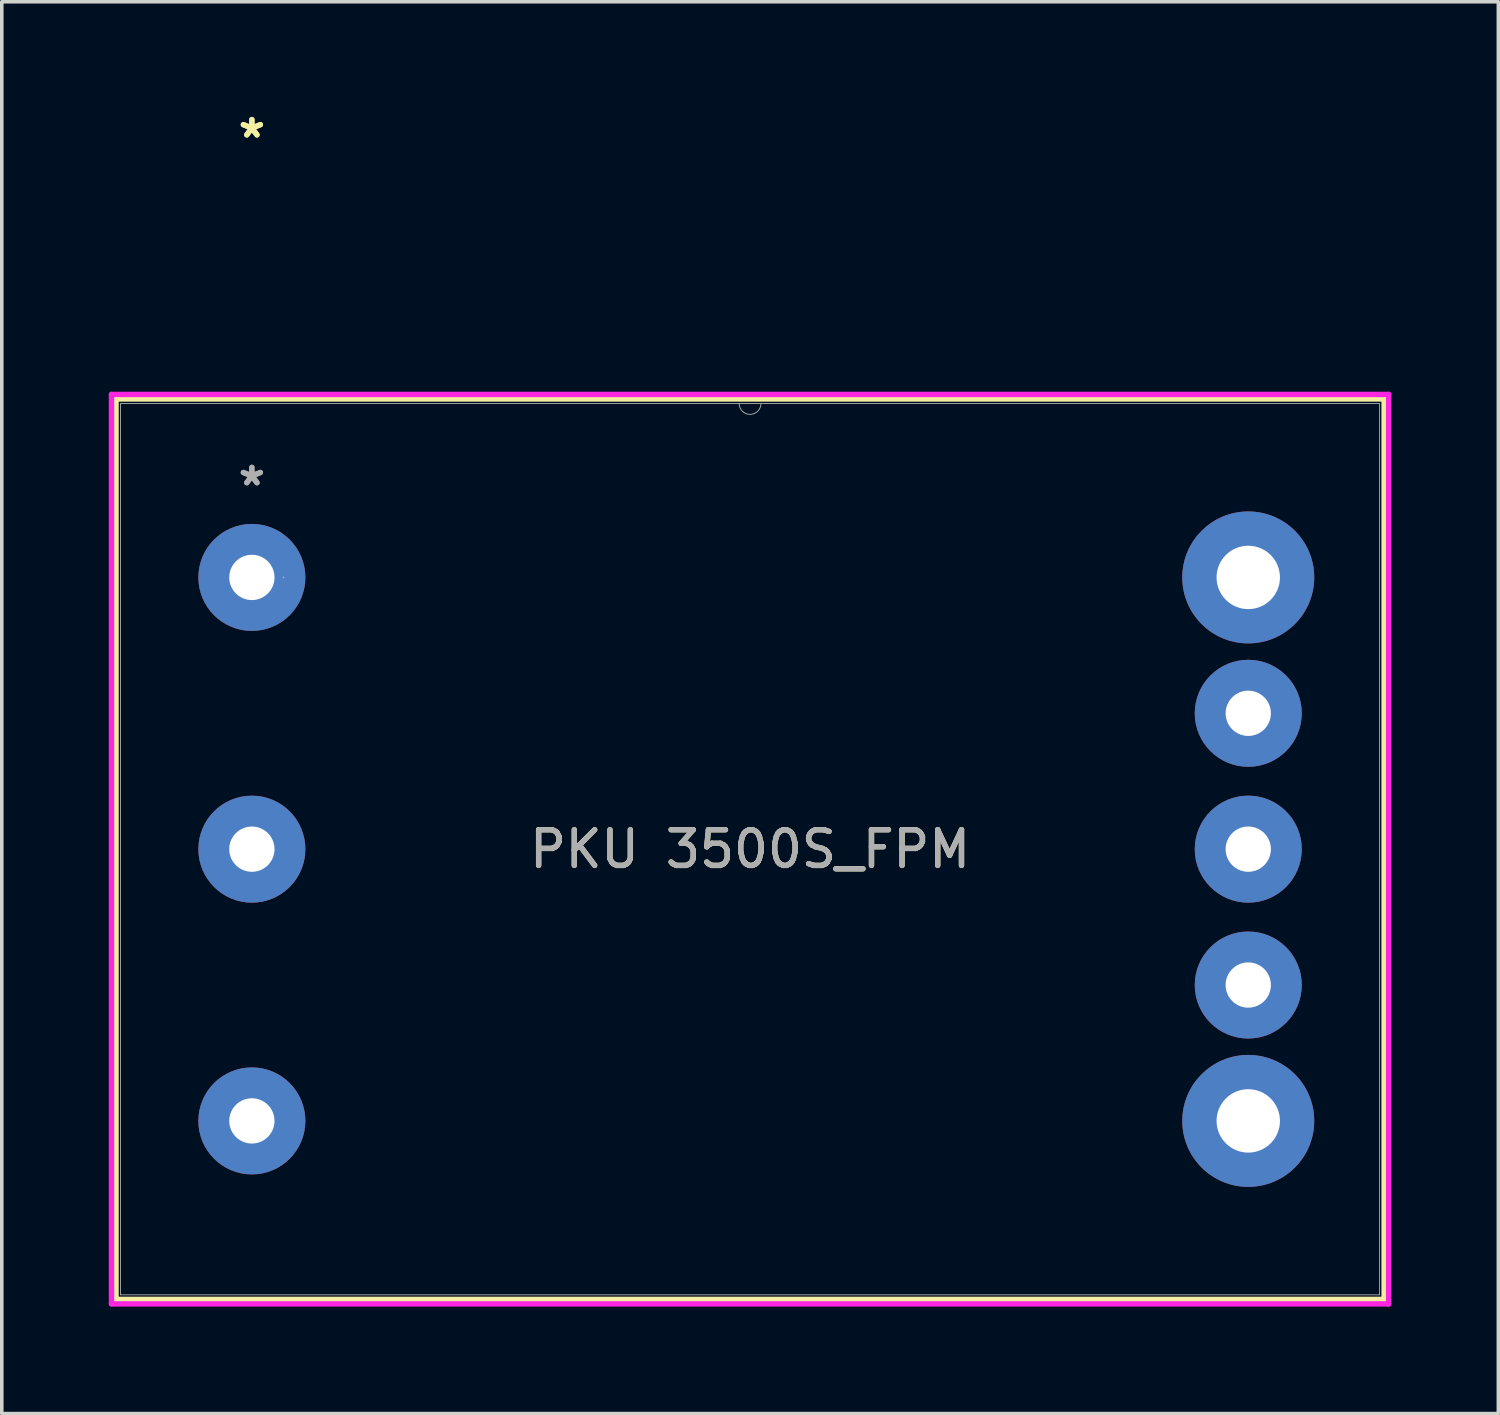
<source format=kicad_pcb>
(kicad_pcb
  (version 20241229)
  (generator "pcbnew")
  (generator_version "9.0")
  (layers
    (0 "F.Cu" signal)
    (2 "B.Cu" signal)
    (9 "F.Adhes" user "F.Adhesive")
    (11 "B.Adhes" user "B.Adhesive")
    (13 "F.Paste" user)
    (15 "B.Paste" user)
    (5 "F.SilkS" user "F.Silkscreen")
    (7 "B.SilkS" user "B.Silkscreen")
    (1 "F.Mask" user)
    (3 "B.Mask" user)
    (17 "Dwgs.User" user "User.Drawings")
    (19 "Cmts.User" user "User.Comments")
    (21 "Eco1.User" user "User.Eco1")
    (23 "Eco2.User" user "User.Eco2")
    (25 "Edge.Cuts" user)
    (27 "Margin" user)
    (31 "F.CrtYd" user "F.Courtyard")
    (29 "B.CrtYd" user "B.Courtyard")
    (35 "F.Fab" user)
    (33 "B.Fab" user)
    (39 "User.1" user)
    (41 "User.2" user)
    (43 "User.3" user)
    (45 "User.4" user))
  (footprint "PKU 3500S_FPM"
    (layer "F.Cu")
    (at 4.013 13.142)
    (property "Reference" "PKU 3500S_FPM" (at 13.97 7.62 0) (unlocked yes) (layer "F.SilkS") (effects (font (size 1 1) (thickness 0.15))))
    (attr through_hole)
    (fp_line (start -3.81 -5.004) (end -3.81 20.244) (stroke (width 0.152) (type solid)) (layer "F.SilkS"))
    (fp_line (start -3.81 20.244) (end 31.75 20.244) (stroke (width 0.152) (type solid)) (layer "F.SilkS"))
    (fp_line (start 31.75 -5.004) (end -3.81 -5.004) (stroke (width 0.152) (type solid)) (layer "F.SilkS"))
    (fp_line (start 31.75 20.244) (end 31.75 -5.004) (stroke (width 0.152) (type solid)) (layer "F.SilkS"))
    (fp_line (start -3.937 -5.131) (end 31.877 -5.131) (stroke (width 0.152) (type solid)) (layer "F.CrtYd"))
    (fp_line (start -3.937 20.371) (end -3.937 -5.131) (stroke (width 0.152) (type solid)) (layer "F.CrtYd"))
    (fp_line (start 31.877 -5.131) (end 31.877 20.371) (stroke (width 0.152) (type solid)) (layer "F.CrtYd"))
    (fp_line (start 31.877 20.371) (end -3.937 20.371) (stroke (width 0.152) (type solid)) (layer "F.CrtYd"))
    (fp_line (start -3.683 -4.877) (end -3.683 20.117) (stroke (width 0.025) (type solid)) (layer "F.Fab"))
    (fp_line (start -3.683 20.117) (end 31.623 20.117) (stroke (width 0.025) (type solid)) (layer "F.Fab"))
    (fp_line (start 31.623 -4.877) (end -3.683 -4.877) (stroke (width 0.025) (type solid)) (layer "F.Fab"))
    (fp_line (start 31.623 20.117) (end 31.623 -4.877) (stroke (width 0.025) (type solid)) (layer "F.Fab"))
    (fp_arc (start 14.2748 -4.8768) (mid 13.97 -4.572) (end 13.6652 -4.8768) (stroke (width 0.0254) (type solid)) (layer "F.Fab"))
    (fp_circle (center 0.889 0) (end 0.889 0) (stroke (width 0.025) (type solid)) (fill no) (layer "F.Fab"))
    (fp_text user "*" (at 0 -12.294 0) (layer "F.SilkS") (effects (font (size 1 1) (thickness 0.15))))
    (fp_text user "*" (at 0 -12.294 0) (unlocked yes) (layer "F.SilkS") (effects (font (size 1 1) (thickness 0.15))))
    (fp_text user "${REFERENCE}" (at 13.97 7.62 0) (unlocked yes) (layer "F.Fab") (effects (font (size 1 1) (thickness 0.15))))
    (fp_text user "*" (at 0 -2.54 0) (unlocked yes) (layer "F.Fab") (effects (font (size 1 1) (thickness 0.15))))
    (fp_text user "*" (at 0 -2.54 0) (layer "F.Fab") (effects (font (size 1 1) (thickness 0.15))))
    (pad "1" thru_hole circle (at 0 0) (size 3 3) (drill 1.27) (layers "*.Cu" "*.Mask"))
    (pad "2" thru_hole circle (at 0 7.62) (size 3 3) (drill 1.27) (layers "*.Cu" "*.Mask"))
    (pad "3" thru_hole circle (at 0 15.24) (size 3 3) (drill 1.27) (layers "*.Cu" "*.Mask"))
    (pad "4" thru_hole circle (at 27.94 15.24) (size 3.7 3.7) (drill 1.778) (layers "*.Cu" "*.Mask"))
    (pad "5" thru_hole circle (at 27.94 11.43) (size 3 3) (drill 1.27) (layers "*.Cu" "*.Mask"))
    (pad "6" thru_hole circle (at 27.94 7.62) (size 3 3) (drill 1.27) (layers "*.Cu" "*.Mask"))
    (pad "7" thru_hole circle (at 27.94 3.81) (size 3 3) (drill 1.27) (layers "*.Cu" "*.Mask"))
    (pad "8" thru_hole circle (at 27.94 0) (size 3.7 3.7) (drill 1.778) (layers "*.Cu" "*.Mask")))
  (gr_rect
    (start -3 -3)
    (end 38.966 36.589)
    (stroke (width 0.1) (type default))
    (fill no)
    (layer "Edge.Cuts")))
</source>
